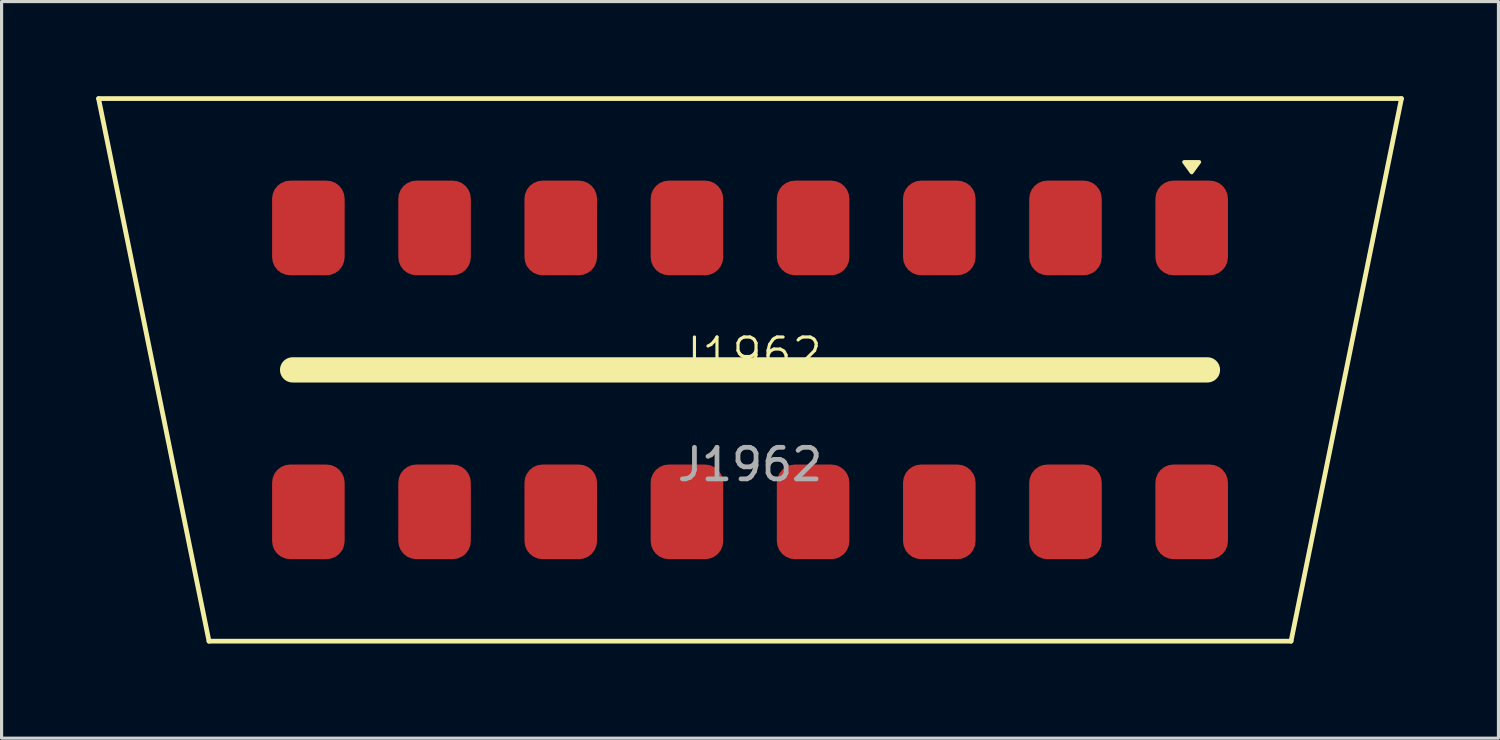
<source format=kicad_pcb>
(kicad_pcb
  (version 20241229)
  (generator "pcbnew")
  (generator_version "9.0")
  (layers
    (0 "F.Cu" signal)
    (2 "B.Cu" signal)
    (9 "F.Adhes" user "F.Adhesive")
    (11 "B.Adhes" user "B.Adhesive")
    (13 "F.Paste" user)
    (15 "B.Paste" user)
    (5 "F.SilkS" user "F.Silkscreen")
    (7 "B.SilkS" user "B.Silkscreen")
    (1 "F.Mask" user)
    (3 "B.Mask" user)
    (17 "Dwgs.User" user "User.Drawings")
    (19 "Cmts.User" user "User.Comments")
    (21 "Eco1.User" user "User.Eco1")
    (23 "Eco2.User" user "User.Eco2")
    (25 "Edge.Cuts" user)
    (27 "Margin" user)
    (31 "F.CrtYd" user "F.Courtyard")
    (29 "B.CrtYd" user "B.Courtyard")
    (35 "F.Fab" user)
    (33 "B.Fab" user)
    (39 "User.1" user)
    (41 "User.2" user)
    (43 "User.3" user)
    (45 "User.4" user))
  (footprint "J1962"
    (layer "F.Cu")
    (at 20.725 8.675)
    (property "Reference" "J1962" (at 0 -0.5 0) (unlocked yes) (layer "F.SilkS") (effects (font (size 1 1) (thickness 0.1))))
    (attr smd)
    (fp_line (start -20.65 -8.6) (end 20.65 -8.6) (stroke (width 0.15) (type default)) (layer "F.SilkS"))
    (fp_line (start -17.15 8.6) (end -20.65 -8.6) (stroke (width 0.15) (type default)) (layer "F.SilkS"))
    (fp_line (start -17.15 8.6) (end 17.15 8.6) (stroke (width 0.15) (type default)) (layer "F.SilkS"))
    (fp_line (start -14.5 0) (end 14.5 0) (stroke (width 0.8) (type default)) (layer "F.SilkS"))
    (fp_line (start 20.65 -8.6) (end 17.15 8.6) (stroke (width 0.15) (type default)) (layer "F.SilkS"))
    (fp_poly (pts (xy 14 -6.26) (xy 13.76 -6.59) (xy 14.24 -6.59) (xy 14 -6.26)) (stroke (width 0.12) (type solid)) (fill yes) (layer "F.SilkS"))
    (fp_text user "${REFERENCE}" (at 0 3 0) (unlocked yes) (layer "F.Fab") (effects (font (size 1 1) (thickness 0.15))))
    (pad "1" smd roundrect (at 14 -4.5) (size 2.3 3) (layers "F.Cu" "F.Mask" "F.Paste") (roundrect_rratio 0.25))
    (pad "2" smd roundrect (at 10 -4.5) (size 2.3 3) (layers "F.Cu" "F.Mask" "F.Paste") (roundrect_rratio 0.25))
    (pad "3" smd roundrect (at 6 -4.5) (size 2.3 3) (layers "F.Cu" "F.Mask" "F.Paste") (roundrect_rratio 0.25))
    (pad "4" smd roundrect (at 2 -4.5) (size 2.3 3) (layers "F.Cu" "F.Mask" "F.Paste") (roundrect_rratio 0.25))
    (pad "5" smd roundrect (at -2 -4.5) (size 2.3 3) (layers "F.Cu" "F.Mask" "F.Paste") (roundrect_rratio 0.25))
    (pad "6" smd roundrect (at -6 -4.5) (size 2.3 3) (layers "F.Cu" "F.Mask" "F.Paste") (roundrect_rratio 0.25))
    (pad "7" smd roundrect (at -10 -4.5) (size 2.3 3) (layers "F.Cu" "F.Mask" "F.Paste") (roundrect_rratio 0.25))
    (pad "8" smd roundrect (at -14 -4.5) (size 2.3 3) (layers "F.Cu" "F.Mask" "F.Paste") (roundrect_rratio 0.25))
    (pad "9" smd roundrect (at 14 4.5) (size 2.3 3) (layers "F.Cu" "F.Mask" "F.Paste") (roundrect_rratio 0.25))
    (pad "10" smd roundrect (at 10 4.5) (size 2.3 3) (layers "F.Cu" "F.Mask" "F.Paste") (roundrect_rratio 0.25))
    (pad "11" smd roundrect (at 6 4.5) (size 2.3 3) (layers "F.Cu" "F.Mask" "F.Paste") (roundrect_rratio 0.25))
    (pad "12" smd roundrect (at 2 4.5) (size 2.3 3) (layers "F.Cu" "F.Mask" "F.Paste") (roundrect_rratio 0.25))
    (pad "13" smd roundrect (at -2 4.5) (size 2.3 3) (layers "F.Cu" "F.Mask" "F.Paste") (roundrect_rratio 0.25))
    (pad "14" smd roundrect (at -6 4.5) (size 2.3 3) (layers "F.Cu" "F.Mask" "F.Paste") (roundrect_rratio 0.25))
    (pad "15" smd roundrect (at -10 4.5) (size 2.3 3) (layers "F.Cu" "F.Mask" "F.Paste") (roundrect_rratio 0.25))
    (pad "16" smd roundrect (at -14 4.5) (size 2.3 3) (layers "F.Cu" "F.Mask" "F.Paste") (roundrect_rratio 0.25)))
  (gr_rect
    (start -3 -3)
    (end 44.45 20.35)
    (stroke (width 0.1) (type default))
    (fill no)
    (layer "Edge.Cuts")))
</source>
